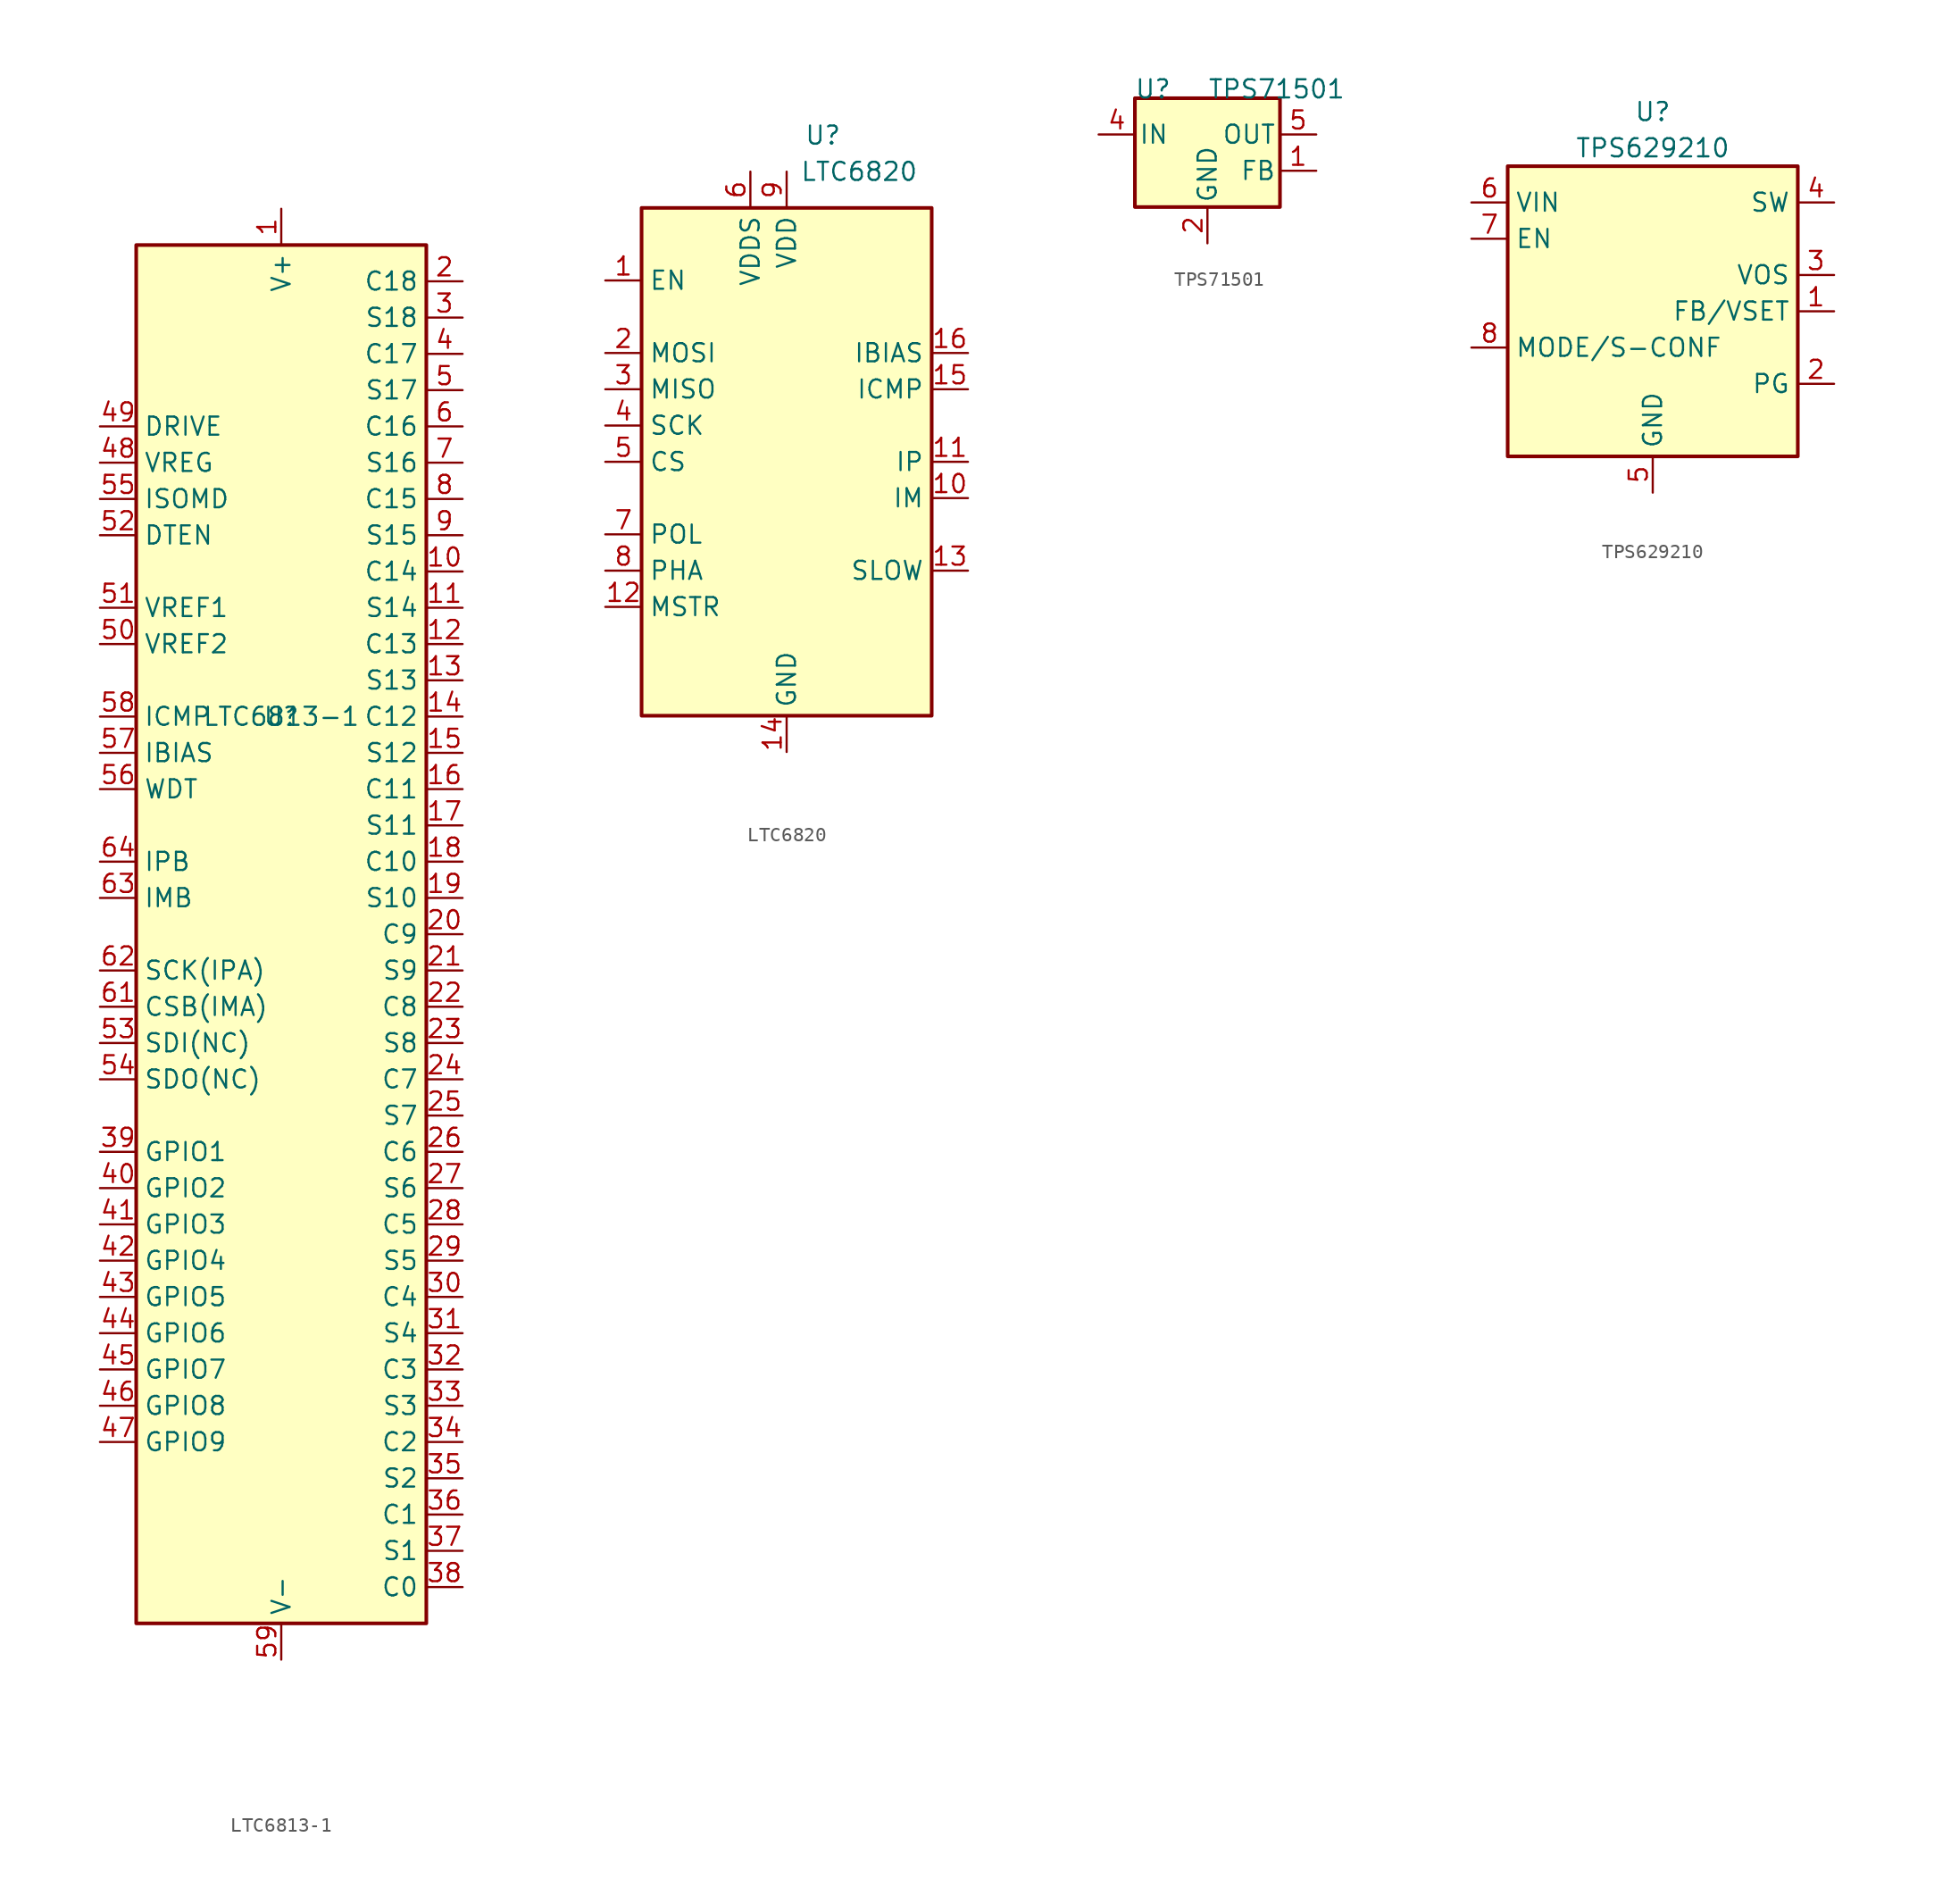
<source format=kicad_sym>
(kicad_symbol_lib
  (version 20231120)
  (generator "kicad_symbol_editor")
  (generator_version "8.0")
  (symbol "LTC6813-1"
    (property "Reference" "U"
      (at 0 15.24 0)
      (effects (font (size 1.27 1.27))))
    (property "Value" "LTC6813-1"
      (at 0 15.24 0)
      (effects (font (size 1.27 1.27))))
    (symbol "LTC6813-1_0_1"
      (rectangle (start -10.16 48.26) (end 10.16 -48.26) (stroke (width 0.254) (type default)) (fill (type background))))
    (symbol "LTC6813-1_1_1"
      (pin power_in line (at 0 50.8 270) (length 2.54) (name "V+" (effects (font (size 1.27 1.27)))) (number "1" (effects (font (size 1.27 1.27)))))
      (pin input line (at 12.7 25.4 180) (length 2.54) (name "C14" (effects (font (size 1.27 1.27)))) (number "10" (effects (font (size 1.27 1.27)))))
      (pin bidirectional line (at 12.7 22.86 180) (length 2.54) (name "S14" (effects (font (size 1.27 1.27)))) (number "11" (effects (font (size 1.27 1.27)))))
      (pin input line (at 12.7 20.32 180) (length 2.54) (name "C13" (effects (font (size 1.27 1.27)))) (number "12" (effects (font (size 1.27 1.27)))))
      (pin bidirectional line (at 12.7 17.78 180) (length 2.54) (name "S13" (effects (font (size 1.27 1.27)))) (number "13" (effects (font (size 1.27 1.27)))))
      (pin input line (at 12.7 15.24 180) (length 2.54) (name "C12" (effects (font (size 1.27 1.27)))) (number "14" (effects (font (size 1.27 1.27)))))
      (pin bidirectional line (at 12.7 12.7 180) (length 2.54) (name "S12" (effects (font (size 1.27 1.27)))) (number "15" (effects (font (size 1.27 1.27)))))
      (pin input line (at 12.7 10.16 180) (length 2.54) (name "C11" (effects (font (size 1.27 1.27)))) (number "16" (effects (font (size 1.27 1.27)))))
      (pin bidirectional line (at 12.7 7.62 180) (length 2.54) (name "S11" (effects (font (size 1.27 1.27)))) (number "17" (effects (font (size 1.27 1.27)))))
      (pin input line (at 12.7 5.08 180) (length 2.54) (name "C10" (effects (font (size 1.27 1.27)))) (number "18" (effects (font (size 1.27 1.27)))))
      (pin bidirectional line (at 12.7 2.54 180) (length 2.54) (name "S10" (effects (font (size 1.27 1.27)))) (number "19" (effects (font (size 1.27 1.27)))))
      (pin input line (at 12.7 45.72 180) (length 2.54) (name "C18" (effects (font (size 1.27 1.27)))) (number "2" (effects (font (size 1.27 1.27)))))
      (pin input line (at 12.7 0 180) (length 2.54) (name "C9" (effects (font (size 1.27 1.27)))) (number "20" (effects (font (size 1.27 1.27)))))
      (pin bidirectional line (at 12.7 -2.54 180) (length 2.54) (name "S9" (effects (font (size 1.27 1.27)))) (number "21" (effects (font (size 1.27 1.27)))))
      (pin input line (at 12.7 -5.08 180) (length 2.54) (name "C8" (effects (font (size 1.27 1.27)))) (number "22" (effects (font (size 1.27 1.27)))))
      (pin bidirectional line (at 12.7 -7.62 180) (length 2.54) (name "S8" (effects (font (size 1.27 1.27)))) (number "23" (effects (font (size 1.27 1.27)))))
      (pin input line (at 12.7 -10.16 180) (length 2.54) (name "C7" (effects (font (size 1.27 1.27)))) (number "24" (effects (font (size 1.27 1.27)))))
      (pin bidirectional line (at 12.7 -12.7 180) (length 2.54) (name "S7" (effects (font (size 1.27 1.27)))) (number "25" (effects (font (size 1.27 1.27)))))
      (pin input line (at 12.7 -15.24 180) (length 2.54) (name "C6" (effects (font (size 1.27 1.27)))) (number "26" (effects (font (size 1.27 1.27)))))
      (pin bidirectional line (at 12.7 -17.78 180) (length 2.54) (name "S6" (effects (font (size 1.27 1.27)))) (number "27" (effects (font (size 1.27 1.27)))))
      (pin input line (at 12.7 -20.32 180) (length 2.54) (name "C5" (effects (font (size 1.27 1.27)))) (number "28" (effects (font (size 1.27 1.27)))))
      (pin bidirectional line (at 12.7 -22.86 180) (length 2.54) (name "S5" (effects (font (size 1.27 1.27)))) (number "29" (effects (font (size 1.27 1.27)))))
      (pin bidirectional line (at 12.7 43.18 180) (length 2.54) (name "S18" (effects (font (size 1.27 1.27)))) (number "3" (effects (font (size 1.27 1.27)))))
      (pin input line (at 12.7 -25.4 180) (length 2.54) (name "C4" (effects (font (size 1.27 1.27)))) (number "30" (effects (font (size 1.27 1.27)))))
      (pin bidirectional line (at 12.7 -27.94 180) (length 2.54) (name "S4" (effects (font (size 1.27 1.27)))) (number "31" (effects (font (size 1.27 1.27)))))
      (pin input line (at 12.7 -30.48 180) (length 2.54) (name "C3" (effects (font (size 1.27 1.27)))) (number "32" (effects (font (size 1.27 1.27)))))
      (pin bidirectional line (at 12.7 -33.02 180) (length 2.54) (name "S3" (effects (font (size 1.27 1.27)))) (number "33" (effects (font (size 1.27 1.27)))))
      (pin input line (at 12.7 -35.56 180) (length 2.54) (name "C2" (effects (font (size 1.27 1.27)))) (number "34" (effects (font (size 1.27 1.27)))))
      (pin bidirectional line (at 12.7 -38.1 180) (length 2.54) (name "S2" (effects (font (size 1.27 1.27)))) (number "35" (effects (font (size 1.27 1.27)))))
      (pin input line (at 12.7 -40.64 180) (length 2.54) (name "C1" (effects (font (size 1.27 1.27)))) (number "36" (effects (font (size 1.27 1.27)))))
      (pin bidirectional line (at 12.7 -43.18 180) (length 2.54) (name "S1" (effects (font (size 1.27 1.27)))) (number "37" (effects (font (size 1.27 1.27)))))
      (pin input line (at 12.7 -45.72 180) (length 2.54) (name "C0" (effects (font (size 1.27 1.27)))) (number "38" (effects (font (size 1.27 1.27)))))
      (pin bidirectional line (at -12.7 -15.24 0) (length 2.54) (name "GPIO1" (effects (font (size 1.27 1.27)))) (number "39" (effects (font (size 1.27 1.27)))))
      (pin input line (at 12.7 40.64 180) (length 2.54) (name "C17" (effects (font (size 1.27 1.27)))) (number "4" (effects (font (size 1.27 1.27)))))
      (pin bidirectional line (at -12.7 -17.78 0) (length 2.54) (name "GPIO2" (effects (font (size 1.27 1.27)))) (number "40" (effects (font (size 1.27 1.27)))))
      (pin bidirectional line (at -12.7 -20.32 0) (length 2.54) (name "GPIO3" (effects (font (size 1.27 1.27)))) (number "41" (effects (font (size 1.27 1.27)))))
      (pin bidirectional line (at -12.7 -22.86 0) (length 2.54) (name "GPIO4" (effects (font (size 1.27 1.27)))) (number "42" (effects (font (size 1.27 1.27)))))
      (pin bidirectional line (at -12.7 -25.4 0) (length 2.54) (name "GPIO5" (effects (font (size 1.27 1.27)))) (number "43" (effects (font (size 1.27 1.27)))))
      (pin bidirectional line (at -12.7 -27.94 0) (length 2.54) (name "GPIO6" (effects (font (size 1.27 1.27)))) (number "44" (effects (font (size 1.27 1.27)))))
      (pin bidirectional line (at -12.7 -30.48 0) (length 2.54) (name "GPIO7" (effects (font (size 1.27 1.27)))) (number "45" (effects (font (size 1.27 1.27)))))
      (pin bidirectional line (at -12.7 -33.02 0) (length 2.54) (name "GPIO8" (effects (font (size 1.27 1.27)))) (number "46" (effects (font (size 1.27 1.27)))))
      (pin bidirectional line (at -12.7 -35.56 0) (length 2.54) (name "GPIO9" (effects (font (size 1.27 1.27)))) (number "47" (effects (font (size 1.27 1.27)))))
      (pin input line (at -12.7 33.02 0) (length 2.54) (name "VREG" (effects (font (size 1.27 1.27)))) (number "48" (effects (font (size 1.27 1.27)))))
      (pin output line (at -12.7 35.56 0) (length 2.54) (name "DRIVE" (effects (font (size 1.27 1.27)))) (number "49" (effects (font (size 1.27 1.27)))))
      (pin bidirectional line (at 12.7 38.1 180) (length 2.54) (name "S17" (effects (font (size 1.27 1.27)))) (number "5" (effects (font (size 1.27 1.27)))))
      (pin output line (at -12.7 20.32 0) (length 2.54) (name "VREF2" (effects (font (size 1.27 1.27)))) (number "50" (effects (font (size 1.27 1.27)))))
      (pin output line (at -12.7 22.86 0) (length 2.54) (name "VREF1" (effects (font (size 1.27 1.27)))) (number "51" (effects (font (size 1.27 1.27)))))
      (pin input line (at -12.7 27.94 0) (length 2.54) (name "DTEN" (effects (font (size 1.27 1.27)))) (number "52" (effects (font (size 1.27 1.27)))))
      (pin input line (at -12.7 -7.62 0) (length 2.54) (name "SDI(NC)" (effects (font (size 1.27 1.27)))) (number "53" (effects (font (size 1.27 1.27)))))
      (pin open_collector line (at -12.7 -10.16 0) (length 2.54) (name "SDO(NC)" (effects (font (size 1.27 1.27)))) (number "54" (effects (font (size 1.27 1.27)))))
      (pin input line (at -12.7 30.48 0) (length 2.54) (name "ISOMD" (effects (font (size 1.27 1.27)))) (number "55" (effects (font (size 1.27 1.27)))))
      (pin output line (at -12.7 10.16 0) (length 2.54) (name "WDT" (effects (font (size 1.27 1.27)))) (number "56" (effects (font (size 1.27 1.27)))))
      (pin passive line (at -12.7 12.7 0) (length 2.54) (name "IBIAS" (effects (font (size 1.27 1.27)))) (number "57" (effects (font (size 1.27 1.27)))))
      (pin passive line (at -12.7 15.24 0) (length 2.54) (name "ICMP" (effects (font (size 1.27 1.27)))) (number "58" (effects (font (size 1.27 1.27)))))
      (pin passive line (at 0 -50.8 90) (length 2.54) (name "V-" (effects (font (size 1.27 1.27)))) (number "59" (effects (font (size 1.27 1.27)))))
      (pin input line (at 12.7 35.56 180) (length 2.54) (name "C16" (effects (font (size 1.27 1.27)))) (number "6" (effects (font (size 1.27 1.27)))))
      (pin passive line (at 0 -50.8 90) (length 2.54) hide (name "V-" (effects (font (size 1.27 1.27)))) (number "60" (effects (font (size 1.27 1.27)))))
      (pin bidirectional line (at -12.7 -5.08 0) (length 2.54) (name "CSB(IMA)" (effects (font (size 1.27 1.27)))) (number "61" (effects (font (size 1.27 1.27)))))
      (pin bidirectional line (at -12.7 -2.54 0) (length 2.54) (name "SCK(IPA)" (effects (font (size 1.27 1.27)))) (number "62" (effects (font (size 1.27 1.27)))))
      (pin bidirectional line (at -12.7 2.54 0) (length 2.54) (name "IMB" (effects (font (size 1.27 1.27)))) (number "63" (effects (font (size 1.27 1.27)))))
      (pin bidirectional line (at -12.7 5.08 0) (length 2.54) (name "IPB" (effects (font (size 1.27 1.27)))) (number "64" (effects (font (size 1.27 1.27)))))
      (pin bidirectional line (at 12.7 33.02 180) (length 2.54) (name "S16" (effects (font (size 1.27 1.27)))) (number "7" (effects (font (size 1.27 1.27)))))
      (pin input line (at 12.7 30.48 180) (length 2.54) (name "C15" (effects (font (size 1.27 1.27)))) (number "8" (effects (font (size 1.27 1.27)))))
      (pin bidirectional line (at 12.7 27.94 180) (length 2.54) (name "S15" (effects (font (size 1.27 1.27)))) (number "9" (effects (font (size 1.27 1.27)))))))
  (symbol "LTC6820"
    (property "Reference" "U"
      (at 2.54 22.86 0)
      (effects (font (size 1.27 1.27))))
    (property "Value" "LTC6820"
      (at 5.08 20.32 0)
      (effects (font (size 1.27 1.27))))
    (symbol "LTC6820_1_1"
      (rectangle (start -10.16 17.78) (end 10.16 -17.78) (stroke (width 0.254) (type default)) (fill (type background)))
      (pin input line (at -12.7 12.7 0) (length 2.54) (name "EN" (effects (font (size 1.27 1.27)))) (number "1" (effects (font (size 1.27 1.27)))))
      (pin output line (at 12.7 -2.54 180) (length 2.54) (name "IM" (effects (font (size 1.27 1.27)))) (number "10" (effects (font (size 1.27 1.27)))))
      (pin output line (at 12.7 0 180) (length 2.54) (name "IP" (effects (font (size 1.27 1.27)))) (number "11" (effects (font (size 1.27 1.27)))))
      (pin output line (at -12.7 -10.16 0) (length 2.54) (name "MSTR" (effects (font (size 1.27 1.27)))) (number "12" (effects (font (size 1.27 1.27)))))
      (pin output line (at 12.7 -7.62 180) (length 2.54) (name "SLOW" (effects (font (size 1.27 1.27)))) (number "13" (effects (font (size 1.27 1.27)))))
      (pin power_in line (at 0 -20.32 90) (length 2.54) (name "GND" (effects (font (size 1.27 1.27)))) (number "14" (effects (font (size 1.27 1.27)))))
      (pin output line (at 12.7 5.08 180) (length 2.54) (name "ICMP" (effects (font (size 1.27 1.27)))) (number "15" (effects (font (size 1.27 1.27)))))
      (pin output line (at 12.7 7.62 180) (length 2.54) (name "IBIAS" (effects (font (size 1.27 1.27)))) (number "16" (effects (font (size 1.27 1.27)))))
      (pin input line (at -12.7 7.62 0) (length 2.54) (name "MOSI" (effects (font (size 1.27 1.27)))) (number "2" (effects (font (size 1.27 1.27)))))
      (pin output line (at -12.7 5.08 0) (length 2.54) (name "MISO" (effects (font (size 1.27 1.27)))) (number "3" (effects (font (size 1.27 1.27)))))
      (pin input line (at -12.7 2.54 0) (length 2.54) (name "SCK" (effects (font (size 1.27 1.27)))) (number "4" (effects (font (size 1.27 1.27)))))
      (pin input line (at -12.7 0 0) (length 2.54) (name "CS" (effects (font (size 1.27 1.27)))) (number "5" (effects (font (size 1.27 1.27)))))
      (pin power_in line (at -2.54 20.32 270) (length 2.54) (name "VDDS" (effects (font (size 1.27 1.27)))) (number "6" (effects (font (size 1.27 1.27)))))
      (pin input line (at -12.7 -5.08 0) (length 2.54) (name "POL" (effects (font (size 1.27 1.27)))) (number "7" (effects (font (size 1.27 1.27)))))
      (pin input line (at -12.7 -7.62 0) (length 2.54) (name "PHA" (effects (font (size 1.27 1.27)))) (number "8" (effects (font (size 1.27 1.27)))))
      (pin power_in line (at 0 20.32 270) (length 2.54) (name "VDD" (effects (font (size 1.27 1.27)))) (number "9" (effects (font (size 1.27 1.27)))))))
  (symbol "TPS71501"
    (pin_names
      (offset 0.254))
    (property "Reference" "U"
      (at -3.81 5.715 0)
      (effects (font (size 1.27 1.27))))
    (property "Value" "TPS71501"
      (at 0 5.715 0)
      (effects (font (size 1.27 1.27)) (justify left)))
    (symbol "TPS71501_0_1"
      (rectangle (start -5.08 5.08) (end 5.08 -2.54) (stroke (width 0.254) (type default)) (fill (type background))))
    (symbol "TPS71501_1_1"
      (pin input line (at 7.62 0 180) (length 2.54) (name "FB" (effects (font (size 1.27 1.27)))) (number "1" (effects (font (size 1.27 1.27)))))
      (pin power_in line (at 0 -5.08 90) (length 2.54) (name "GND" (effects (font (size 1.27 1.27)))) (number "2" (effects (font (size 1.27 1.27)))))
      (pin no_connect line (at -5.08 0 0) (length 2.54) hide (name "NC" (effects (font (size 1.27 1.27)))) (number "3" (effects (font (size 1.27 1.27)))))
      (pin power_in line (at -7.62 2.54 0) (length 2.54) (name "IN" (effects (font (size 1.27 1.27)))) (number "4" (effects (font (size 1.27 1.27)))))
      (pin power_out line (at 7.62 2.54 180) (length 2.54) (name "OUT" (effects (font (size 1.27 1.27)))) (number "5" (effects (font (size 1.27 1.27)))))))
  (symbol "TPS629210"
    (property "Reference" "U"
      (at 0 13.97 0)
      (effects (font (size 1.27 1.27))))
    (property "Value" "TPS629210"
      (at 0 11.43 0)
      (effects (font (size 1.27 1.27))))
    (symbol "TPS629210_0_1"
      (rectangle (start -10.16 10.16) (end 10.16 -10.16) (stroke (width 0.254) (type default)) (fill (type background))))
    (symbol "TPS629210_1_1"
      (pin input line (at 12.7 0 180) (length 2.54) (name "FB/VSET" (effects (font (size 1.27 1.27)))) (number "1" (effects (font (size 1.27 1.27)))))
      (pin input line (at 12.7 -5.08 180) (length 2.54) (name "PG" (effects (font (size 1.27 1.27)))) (number "2" (effects (font (size 1.27 1.27)))))
      (pin passive line (at 12.7 2.54 180) (length 2.54) (name "VOS" (effects (font (size 1.27 1.27)))) (number "3" (effects (font (size 1.27 1.27)))))
      (pin output line (at 12.7 7.62 180) (length 2.54) (name "SW" (effects (font (size 1.27 1.27)))) (number "4" (effects (font (size 1.27 1.27)))))
      (pin power_in line (at 0 -12.7 90) (length 2.54) (name "GND" (effects (font (size 1.27 1.27)))) (number "5" (effects (font (size 1.27 1.27)))))
      (pin power_in line (at -12.7 7.62 0) (length 2.54) (name "VIN" (effects (font (size 1.27 1.27)))) (number "6" (effects (font (size 1.27 1.27)))))
      (pin input line (at -12.7 5.08 0) (length 2.54) (name "EN" (effects (font (size 1.27 1.27)))) (number "7" (effects (font (size 1.27 1.27)))))
      (pin passive line (at -12.7 -2.54 0) (length 2.54) (name "MODE/S-CONF" (effects (font (size 1.27 1.27)))) (number "8" (effects (font (size 1.27 1.27))))))))
</source>
